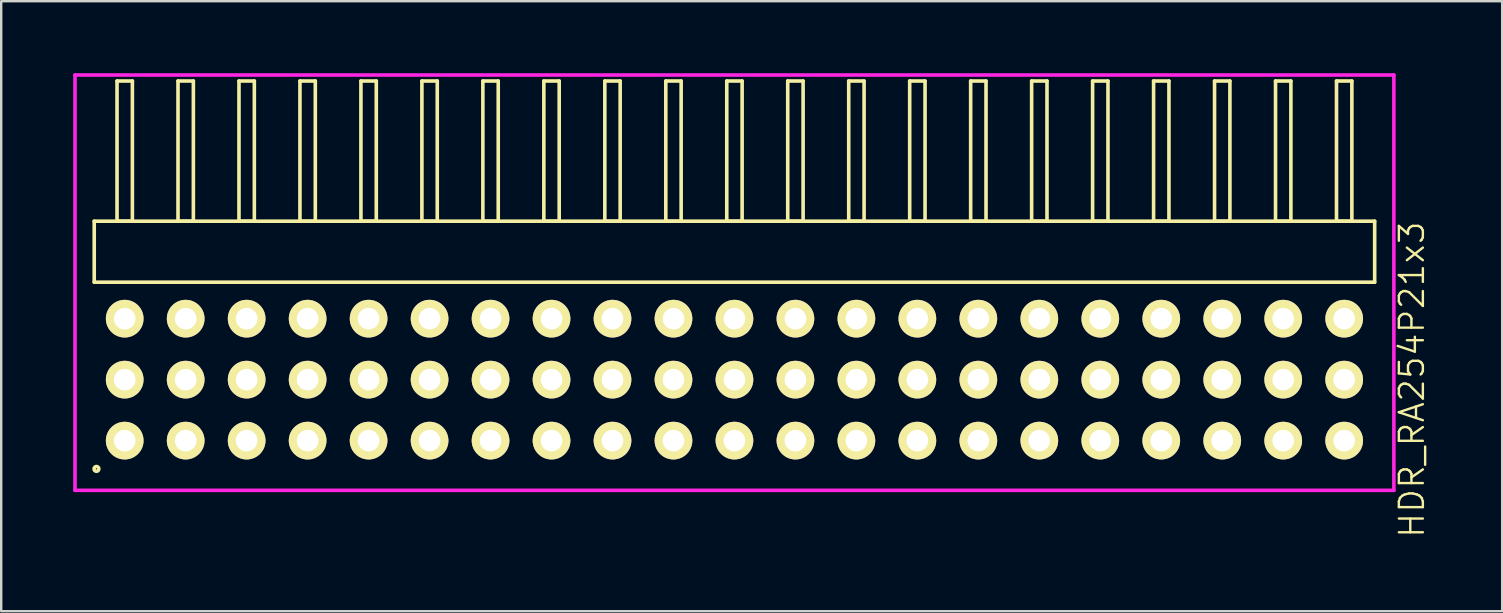
<source format=kicad_pcb>
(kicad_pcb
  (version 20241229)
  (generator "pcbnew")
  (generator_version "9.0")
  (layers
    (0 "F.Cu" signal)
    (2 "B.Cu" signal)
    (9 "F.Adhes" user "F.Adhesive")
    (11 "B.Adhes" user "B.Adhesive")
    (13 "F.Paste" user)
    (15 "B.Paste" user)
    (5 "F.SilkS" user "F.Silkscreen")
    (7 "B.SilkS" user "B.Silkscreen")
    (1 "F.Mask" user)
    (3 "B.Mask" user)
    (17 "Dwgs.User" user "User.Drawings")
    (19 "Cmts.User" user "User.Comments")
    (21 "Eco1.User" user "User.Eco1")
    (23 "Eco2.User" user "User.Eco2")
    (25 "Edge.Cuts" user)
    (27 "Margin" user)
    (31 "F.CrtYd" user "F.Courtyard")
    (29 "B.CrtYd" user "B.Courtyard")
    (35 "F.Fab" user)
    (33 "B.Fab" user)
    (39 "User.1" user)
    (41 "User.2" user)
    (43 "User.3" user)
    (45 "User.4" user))
  (footprint "HDR_RA254P21x3"
    (layer "F.Cu")
    (at 27.545 12.765)
    (property "Reference" "HDR_RA254P21x3" (at 28.22 0 90) (layer "F.SilkS") (effects (font (size 1 1) (thickness 0.1))))
    (attr through_hole)
    (fp_line (start -26.67 -6.6) (end -26.67 -4.06) (stroke (width 0.15) (type solid)) (layer "F.SilkS"))
    (fp_line (start -26.67 -4.06) (end 26.67 -4.06) (stroke (width 0.15) (type solid)) (layer "F.SilkS"))
    (fp_line (start -25.72 -12.44) (end -25.72 -6.6) (stroke (width 0.15) (type solid)) (layer "F.SilkS"))
    (fp_line (start -25.72 -6.6) (end -25.08 -6.6) (stroke (width 0.15) (type solid)) (layer "F.SilkS"))
    (fp_line (start -25.08 -12.44) (end -25.72 -12.44) (stroke (width 0.15) (type solid)) (layer "F.SilkS"))
    (fp_line (start -25.08 -6.6) (end -25.08 -12.44) (stroke (width 0.15) (type solid)) (layer "F.SilkS"))
    (fp_line (start -23.18 -12.44) (end -23.18 -6.6) (stroke (width 0.15) (type solid)) (layer "F.SilkS"))
    (fp_line (start -23.18 -6.6) (end -22.54 -6.6) (stroke (width 0.15) (type solid)) (layer "F.SilkS"))
    (fp_line (start -22.54 -12.44) (end -23.18 -12.44) (stroke (width 0.15) (type solid)) (layer "F.SilkS"))
    (fp_line (start -22.54 -6.6) (end -22.54 -12.44) (stroke (width 0.15) (type solid)) (layer "F.SilkS"))
    (fp_line (start -20.64 -12.44) (end -20.64 -6.6) (stroke (width 0.15) (type solid)) (layer "F.SilkS"))
    (fp_line (start -20.64 -6.6) (end -20 -6.6) (stroke (width 0.15) (type solid)) (layer "F.SilkS"))
    (fp_line (start -20 -12.44) (end -20.64 -12.44) (stroke (width 0.15) (type solid)) (layer "F.SilkS"))
    (fp_line (start -20 -6.6) (end -20 -12.44) (stroke (width 0.15) (type solid)) (layer "F.SilkS"))
    (fp_line (start -18.1 -12.44) (end -18.1 -6.6) (stroke (width 0.15) (type solid)) (layer "F.SilkS"))
    (fp_line (start -18.1 -6.6) (end -17.46 -6.6) (stroke (width 0.15) (type solid)) (layer "F.SilkS"))
    (fp_line (start -17.46 -12.44) (end -18.1 -12.44) (stroke (width 0.15) (type solid)) (layer "F.SilkS"))
    (fp_line (start -17.46 -6.6) (end -17.46 -12.44) (stroke (width 0.15) (type solid)) (layer "F.SilkS"))
    (fp_line (start -15.56 -12.44) (end -15.56 -6.6) (stroke (width 0.15) (type solid)) (layer "F.SilkS"))
    (fp_line (start -15.56 -6.6) (end -14.92 -6.6) (stroke (width 0.15) (type solid)) (layer "F.SilkS"))
    (fp_line (start -14.92 -12.44) (end -15.56 -12.44) (stroke (width 0.15) (type solid)) (layer "F.SilkS"))
    (fp_line (start -14.92 -6.6) (end -14.92 -12.44) (stroke (width 0.15) (type solid)) (layer "F.SilkS"))
    (fp_line (start -13.02 -12.44) (end -13.02 -6.6) (stroke (width 0.15) (type solid)) (layer "F.SilkS"))
    (fp_line (start -13.02 -6.6) (end -12.38 -6.6) (stroke (width 0.15) (type solid)) (layer "F.SilkS"))
    (fp_line (start -12.38 -12.44) (end -13.02 -12.44) (stroke (width 0.15) (type solid)) (layer "F.SilkS"))
    (fp_line (start -12.38 -6.6) (end -12.38 -12.44) (stroke (width 0.15) (type solid)) (layer "F.SilkS"))
    (fp_line (start -10.48 -12.44) (end -10.48 -6.6) (stroke (width 0.15) (type solid)) (layer "F.SilkS"))
    (fp_line (start -10.48 -6.6) (end -9.84 -6.6) (stroke (width 0.15) (type solid)) (layer "F.SilkS"))
    (fp_line (start -9.84 -12.44) (end -10.48 -12.44) (stroke (width 0.15) (type solid)) (layer "F.SilkS"))
    (fp_line (start -9.84 -6.6) (end -9.84 -12.44) (stroke (width 0.15) (type solid)) (layer "F.SilkS"))
    (fp_line (start -7.94 -12.44) (end -7.94 -6.6) (stroke (width 0.15) (type solid)) (layer "F.SilkS"))
    (fp_line (start -7.94 -6.6) (end -7.3 -6.6) (stroke (width 0.15) (type solid)) (layer "F.SilkS"))
    (fp_line (start -7.3 -12.44) (end -7.94 -12.44) (stroke (width 0.15) (type solid)) (layer "F.SilkS"))
    (fp_line (start -7.3 -6.6) (end -7.3 -12.44) (stroke (width 0.15) (type solid)) (layer "F.SilkS"))
    (fp_line (start -5.4 -12.44) (end -5.4 -6.6) (stroke (width 0.15) (type solid)) (layer "F.SilkS"))
    (fp_line (start -5.4 -6.6) (end -4.76 -6.6) (stroke (width 0.15) (type solid)) (layer "F.SilkS"))
    (fp_line (start -4.76 -12.44) (end -5.4 -12.44) (stroke (width 0.15) (type solid)) (layer "F.SilkS"))
    (fp_line (start -4.76 -6.6) (end -4.76 -12.44) (stroke (width 0.15) (type solid)) (layer "F.SilkS"))
    (fp_line (start -2.86 -12.44) (end -2.86 -6.6) (stroke (width 0.15) (type solid)) (layer "F.SilkS"))
    (fp_line (start -2.86 -6.6) (end -2.22 -6.6) (stroke (width 0.15) (type solid)) (layer "F.SilkS"))
    (fp_line (start -2.22 -12.44) (end -2.86 -12.44) (stroke (width 0.15) (type solid)) (layer "F.SilkS"))
    (fp_line (start -2.22 -6.6) (end -2.22 -12.44) (stroke (width 0.15) (type solid)) (layer "F.SilkS"))
    (fp_line (start -0.32 -12.44) (end -0.32 -6.6) (stroke (width 0.15) (type solid)) (layer "F.SilkS"))
    (fp_line (start -0.32 -6.6) (end 0.32 -6.6) (stroke (width 0.15) (type solid)) (layer "F.SilkS"))
    (fp_line (start 0.32 -12.44) (end -0.32 -12.44) (stroke (width 0.15) (type solid)) (layer "F.SilkS"))
    (fp_line (start 0.32 -6.6) (end 0.32 -12.44) (stroke (width 0.15) (type solid)) (layer "F.SilkS"))
    (fp_line (start 2.22 -12.44) (end 2.22 -6.6) (stroke (width 0.15) (type solid)) (layer "F.SilkS"))
    (fp_line (start 2.22 -6.6) (end 2.86 -6.6) (stroke (width 0.15) (type solid)) (layer "F.SilkS"))
    (fp_line (start 2.86 -12.44) (end 2.22 -12.44) (stroke (width 0.15) (type solid)) (layer "F.SilkS"))
    (fp_line (start 2.86 -6.6) (end 2.86 -12.44) (stroke (width 0.15) (type solid)) (layer "F.SilkS"))
    (fp_line (start 4.76 -12.44) (end 4.76 -6.6) (stroke (width 0.15) (type solid)) (layer "F.SilkS"))
    (fp_line (start 4.76 -6.6) (end 5.4 -6.6) (stroke (width 0.15) (type solid)) (layer "F.SilkS"))
    (fp_line (start 5.4 -12.44) (end 4.76 -12.44) (stroke (width 0.15) (type solid)) (layer "F.SilkS"))
    (fp_line (start 5.4 -6.6) (end 5.4 -12.44) (stroke (width 0.15) (type solid)) (layer "F.SilkS"))
    (fp_line (start 7.3 -12.44) (end 7.3 -6.6) (stroke (width 0.15) (type solid)) (layer "F.SilkS"))
    (fp_line (start 7.3 -6.6) (end 7.94 -6.6) (stroke (width 0.15) (type solid)) (layer "F.SilkS"))
    (fp_line (start 7.94 -12.44) (end 7.3 -12.44) (stroke (width 0.15) (type solid)) (layer "F.SilkS"))
    (fp_line (start 7.94 -6.6) (end 7.94 -12.44) (stroke (width 0.15) (type solid)) (layer "F.SilkS"))
    (fp_line (start 9.84 -12.44) (end 9.84 -6.6) (stroke (width 0.15) (type solid)) (layer "F.SilkS"))
    (fp_line (start 9.84 -6.6) (end 10.48 -6.6) (stroke (width 0.15) (type solid)) (layer "F.SilkS"))
    (fp_line (start 10.48 -12.44) (end 9.84 -12.44) (stroke (width 0.15) (type solid)) (layer "F.SilkS"))
    (fp_line (start 10.48 -6.6) (end 10.48 -12.44) (stroke (width 0.15) (type solid)) (layer "F.SilkS"))
    (fp_line (start 12.38 -12.44) (end 12.38 -6.6) (stroke (width 0.15) (type solid)) (layer "F.SilkS"))
    (fp_line (start 12.38 -6.6) (end 13.02 -6.6) (stroke (width 0.15) (type solid)) (layer "F.SilkS"))
    (fp_line (start 13.02 -12.44) (end 12.38 -12.44) (stroke (width 0.15) (type solid)) (layer "F.SilkS"))
    (fp_line (start 13.02 -6.6) (end 13.02 -12.44) (stroke (width 0.15) (type solid)) (layer "F.SilkS"))
    (fp_line (start 14.92 -12.44) (end 14.92 -6.6) (stroke (width 0.15) (type solid)) (layer "F.SilkS"))
    (fp_line (start 14.92 -6.6) (end 15.56 -6.6) (stroke (width 0.15) (type solid)) (layer "F.SilkS"))
    (fp_line (start 15.56 -12.44) (end 14.92 -12.44) (stroke (width 0.15) (type solid)) (layer "F.SilkS"))
    (fp_line (start 15.56 -6.6) (end 15.56 -12.44) (stroke (width 0.15) (type solid)) (layer "F.SilkS"))
    (fp_line (start 17.46 -12.44) (end 17.46 -6.6) (stroke (width 0.15) (type solid)) (layer "F.SilkS"))
    (fp_line (start 17.46 -6.6) (end 18.1 -6.6) (stroke (width 0.15) (type solid)) (layer "F.SilkS"))
    (fp_line (start 18.1 -12.44) (end 17.46 -12.44) (stroke (width 0.15) (type solid)) (layer "F.SilkS"))
    (fp_line (start 18.1 -6.6) (end 18.1 -12.44) (stroke (width 0.15) (type solid)) (layer "F.SilkS"))
    (fp_line (start 20 -12.44) (end 20 -6.6) (stroke (width 0.15) (type solid)) (layer "F.SilkS"))
    (fp_line (start 20 -6.6) (end 20.64 -6.6) (stroke (width 0.15) (type solid)) (layer "F.SilkS"))
    (fp_line (start 20.64 -12.44) (end 20 -12.44) (stroke (width 0.15) (type solid)) (layer "F.SilkS"))
    (fp_line (start 20.64 -6.6) (end 20.64 -12.44) (stroke (width 0.15) (type solid)) (layer "F.SilkS"))
    (fp_line (start 22.54 -12.44) (end 22.54 -6.6) (stroke (width 0.15) (type solid)) (layer "F.SilkS"))
    (fp_line (start 22.54 -6.6) (end 23.18 -6.6) (stroke (width 0.15) (type solid)) (layer "F.SilkS"))
    (fp_line (start 23.18 -12.44) (end 22.54 -12.44) (stroke (width 0.15) (type solid)) (layer "F.SilkS"))
    (fp_line (start 23.18 -6.6) (end 23.18 -12.44) (stroke (width 0.15) (type solid)) (layer "F.SilkS"))
    (fp_line (start 25.08 -12.44) (end 25.08 -6.6) (stroke (width 0.15) (type solid)) (layer "F.SilkS"))
    (fp_line (start 25.08 -6.6) (end 25.72 -6.6) (stroke (width 0.15) (type solid)) (layer "F.SilkS"))
    (fp_line (start 25.72 -12.44) (end 25.08 -12.44) (stroke (width 0.15) (type solid)) (layer "F.SilkS"))
    (fp_line (start 25.72 -6.6) (end 25.72 -12.44) (stroke (width 0.15) (type solid)) (layer "F.SilkS"))
    (fp_line (start 26.67 -6.6) (end -26.67 -6.6) (stroke (width 0.15) (type solid)) (layer "F.SilkS"))
    (fp_line (start 26.67 -4.06) (end 26.67 -6.6) (stroke (width 0.15) (type solid)) (layer "F.SilkS"))
    (fp_circle (center -26.577 3.718) (end -26.477 3.718) (stroke (width 0.15) (type solid)) (fill no) (layer "F.SilkS"))
    (fp_line (start -27.47 -12.69) (end -27.47 4.61) (stroke (width 0.15) (type solid)) (layer "F.CrtYd"))
    (fp_line (start -27.47 4.61) (end 27.47 4.61) (stroke (width 0.15) (type solid)) (layer "F.CrtYd"))
    (fp_line (start 27.47 -12.69) (end -27.47 -12.69) (stroke (width 0.15) (type solid)) (layer "F.CrtYd"))
    (fp_line (start 27.47 4.61) (end 27.47 -12.69) (stroke (width 0.15) (type solid)) (layer "F.CrtYd"))
    (pad "1" thru_hole oval (at -25.4 2.54) (size 1.57 1.57) (drill 0.9) (layers "*.Cu" "*.Mask" "F.SilkS"))
    (pad "2" thru_hole oval (at -25.4 0) (size 1.57 1.57) (drill 0.9) (layers "*.Cu" "*.Mask" "F.SilkS"))
    (pad "3" thru_hole oval (at -25.4 -2.54) (size 1.57 1.57) (drill 0.9) (layers "*.Cu" "*.Mask" "F.SilkS"))
    (pad "4" thru_hole oval (at -22.86 2.54) (size 1.57 1.57) (drill 0.9) (layers "*.Cu" "*.Mask" "F.SilkS"))
    (pad "5" thru_hole oval (at -22.86 0) (size 1.57 1.57) (drill 0.9) (layers "*.Cu" "*.Mask" "F.SilkS"))
    (pad "6" thru_hole oval (at -22.86 -2.54) (size 1.57 1.57) (drill 0.9) (layers "*.Cu" "*.Mask" "F.SilkS"))
    (pad "7" thru_hole oval (at -20.32 2.54) (size 1.57 1.57) (drill 0.9) (layers "*.Cu" "*.Mask" "F.SilkS"))
    (pad "8" thru_hole oval (at -20.32 0) (size 1.57 1.57) (drill 0.9) (layers "*.Cu" "*.Mask" "F.SilkS"))
    (pad "9" thru_hole oval (at -20.32 -2.54) (size 1.57 1.57) (drill 0.9) (layers "*.Cu" "*.Mask" "F.SilkS"))
    (pad "10" thru_hole oval (at -17.78 2.54) (size 1.57 1.57) (drill 0.9) (layers "*.Cu" "*.Mask" "F.SilkS"))
    (pad "11" thru_hole oval (at -17.78 0) (size 1.57 1.57) (drill 0.9) (layers "*.Cu" "*.Mask" "F.SilkS"))
    (pad "12" thru_hole oval (at -17.78 -2.54) (size 1.57 1.57) (drill 0.9) (layers "*.Cu" "*.Mask" "F.SilkS"))
    (pad "13" thru_hole oval (at -15.24 2.54) (size 1.57 1.57) (drill 0.9) (layers "*.Cu" "*.Mask" "F.SilkS"))
    (pad "14" thru_hole oval (at -15.24 0) (size 1.57 1.57) (drill 0.9) (layers "*.Cu" "*.Mask" "F.SilkS"))
    (pad "15" thru_hole oval (at -15.24 -2.54) (size 1.57 1.57) (drill 0.9) (layers "*.Cu" "*.Mask" "F.SilkS"))
    (pad "16" thru_hole oval (at -12.7 2.54) (size 1.57 1.57) (drill 0.9) (layers "*.Cu" "*.Mask" "F.SilkS"))
    (pad "17" thru_hole oval (at -12.7 0) (size 1.57 1.57) (drill 0.9) (layers "*.Cu" "*.Mask" "F.SilkS"))
    (pad "18" thru_hole oval (at -12.7 -2.54) (size 1.57 1.57) (drill 0.9) (layers "*.Cu" "*.Mask" "F.SilkS"))
    (pad "19" thru_hole oval (at -10.16 2.54) (size 1.57 1.57) (drill 0.9) (layers "*.Cu" "*.Mask" "F.SilkS"))
    (pad "20" thru_hole oval (at -10.16 0) (size 1.57 1.57) (drill 0.9) (layers "*.Cu" "*.Mask" "F.SilkS"))
    (pad "21" thru_hole oval (at -10.16 -2.54) (size 1.57 1.57) (drill 0.9) (layers "*.Cu" "*.Mask" "F.SilkS"))
    (pad "22" thru_hole oval (at -7.62 2.54) (size 1.57 1.57) (drill 0.9) (layers "*.Cu" "*.Mask" "F.SilkS"))
    (pad "23" thru_hole oval (at -7.62 0) (size 1.57 1.57) (drill 0.9) (layers "*.Cu" "*.Mask" "F.SilkS"))
    (pad "24" thru_hole oval (at -7.62 -2.54) (size 1.57 1.57) (drill 0.9) (layers "*.Cu" "*.Mask" "F.SilkS"))
    (pad "25" thru_hole oval (at -5.08 2.54) (size 1.57 1.57) (drill 0.9) (layers "*.Cu" "*.Mask" "F.SilkS"))
    (pad "26" thru_hole oval (at -5.08 0) (size 1.57 1.57) (drill 0.9) (layers "*.Cu" "*.Mask" "F.SilkS"))
    (pad "27" thru_hole oval (at -5.08 -2.54) (size 1.57 1.57) (drill 0.9) (layers "*.Cu" "*.Mask" "F.SilkS"))
    (pad "28" thru_hole oval (at -2.54 2.54) (size 1.57 1.57) (drill 0.9) (layers "*.Cu" "*.Mask" "F.SilkS"))
    (pad "29" thru_hole oval (at -2.54 0) (size 1.57 1.57) (drill 0.9) (layers "*.Cu" "*.Mask" "F.SilkS"))
    (pad "30" thru_hole oval (at -2.54 -2.54) (size 1.57 1.57) (drill 0.9) (layers "*.Cu" "*.Mask" "F.SilkS"))
    (pad "31" thru_hole oval (at 0 2.54) (size 1.57 1.57) (drill 0.9) (layers "*.Cu" "*.Mask" "F.SilkS"))
    (pad "32" thru_hole oval (at 0 0) (size 1.57 1.57) (drill 0.9) (layers "*.Cu" "*.Mask" "F.SilkS"))
    (pad "33" thru_hole oval (at 0 -2.54) (size 1.57 1.57) (drill 0.9) (layers "*.Cu" "*.Mask" "F.SilkS"))
    (pad "34" thru_hole oval (at 2.54 2.54) (size 1.57 1.57) (drill 0.9) (layers "*.Cu" "*.Mask" "F.SilkS"))
    (pad "35" thru_hole oval (at 2.54 0) (size 1.57 1.57) (drill 0.9) (layers "*.Cu" "*.Mask" "F.SilkS"))
    (pad "36" thru_hole oval (at 2.54 -2.54) (size 1.57 1.57) (drill 0.9) (layers "*.Cu" "*.Mask" "F.SilkS"))
    (pad "37" thru_hole oval (at 5.08 2.54) (size 1.57 1.57) (drill 0.9) (layers "*.Cu" "*.Mask" "F.SilkS"))
    (pad "38" thru_hole oval (at 5.08 0) (size 1.57 1.57) (drill 0.9) (layers "*.Cu" "*.Mask" "F.SilkS"))
    (pad "39" thru_hole oval (at 5.08 -2.54) (size 1.57 1.57) (drill 0.9) (layers "*.Cu" "*.Mask" "F.SilkS"))
    (pad "40" thru_hole oval (at 7.62 2.54) (size 1.57 1.57) (drill 0.9) (layers "*.Cu" "*.Mask" "F.SilkS"))
    (pad "41" thru_hole oval (at 7.62 0) (size 1.57 1.57) (drill 0.9) (layers "*.Cu" "*.Mask" "F.SilkS"))
    (pad "42" thru_hole oval (at 7.62 -2.54) (size 1.57 1.57) (drill 0.9) (layers "*.Cu" "*.Mask" "F.SilkS"))
    (pad "43" thru_hole oval (at 10.16 2.54) (size 1.57 1.57) (drill 0.9) (layers "*.Cu" "*.Mask" "F.SilkS"))
    (pad "44" thru_hole oval (at 10.16 0) (size 1.57 1.57) (drill 0.9) (layers "*.Cu" "*.Mask" "F.SilkS"))
    (pad "45" thru_hole oval (at 10.16 -2.54) (size 1.57 1.57) (drill 0.9) (layers "*.Cu" "*.Mask" "F.SilkS"))
    (pad "46" thru_hole oval (at 12.7 2.54) (size 1.57 1.57) (drill 0.9) (layers "*.Cu" "*.Mask" "F.SilkS"))
    (pad "47" thru_hole oval (at 12.7 0) (size 1.57 1.57) (drill 0.9) (layers "*.Cu" "*.Mask" "F.SilkS"))
    (pad "48" thru_hole oval (at 12.7 -2.54) (size 1.57 1.57) (drill 0.9) (layers "*.Cu" "*.Mask" "F.SilkS"))
    (pad "49" thru_hole oval (at 15.24 2.54) (size 1.57 1.57) (drill 0.9) (layers "*.Cu" "*.Mask" "F.SilkS"))
    (pad "50" thru_hole oval (at 15.24 0) (size 1.57 1.57) (drill 0.9) (layers "*.Cu" "*.Mask" "F.SilkS"))
    (pad "51" thru_hole oval (at 15.24 -2.54) (size 1.57 1.57) (drill 0.9) (layers "*.Cu" "*.Mask" "F.SilkS"))
    (pad "52" thru_hole oval (at 17.78 2.54) (size 1.57 1.57) (drill 0.9) (layers "*.Cu" "*.Mask" "F.SilkS"))
    (pad "53" thru_hole oval (at 17.78 0) (size 1.57 1.57) (drill 0.9) (layers "*.Cu" "*.Mask" "F.SilkS"))
    (pad "54" thru_hole oval (at 17.78 -2.54) (size 1.57 1.57) (drill 0.9) (layers "*.Cu" "*.Mask" "F.SilkS"))
    (pad "55" thru_hole oval (at 20.32 2.54) (size 1.57 1.57) (drill 0.9) (layers "*.Cu" "*.Mask" "F.SilkS"))
    (pad "56" thru_hole oval (at 20.32 0) (size 1.57 1.57) (drill 0.9) (layers "*.Cu" "*.Mask" "F.SilkS"))
    (pad "57" thru_hole oval (at 20.32 -2.54) (size 1.57 1.57) (drill 0.9) (layers "*.Cu" "*.Mask" "F.SilkS"))
    (pad "58" thru_hole oval (at 22.86 2.54) (size 1.57 1.57) (drill 0.9) (layers "*.Cu" "*.Mask" "F.SilkS"))
    (pad "59" thru_hole oval (at 22.86 0) (size 1.57 1.57) (drill 0.9) (layers "*.Cu" "*.Mask" "F.SilkS"))
    (pad "60" thru_hole oval (at 22.86 -2.54) (size 1.57 1.57) (drill 0.9) (layers "*.Cu" "*.Mask" "F.SilkS"))
    (pad "61" thru_hole oval (at 25.4 2.54) (size 1.57 1.57) (drill 0.9) (layers "*.Cu" "*.Mask" "F.SilkS"))
    (pad "62" thru_hole oval (at 25.4 0) (size 1.57 1.57) (drill 0.9) (layers "*.Cu" "*.Mask" "F.SilkS"))
    (pad "63" thru_hole oval (at 25.4 -2.54) (size 1.57 1.57) (drill 0.9) (layers "*.Cu" "*.Mask" "F.SilkS")))
  (gr_rect
    (start -3 -3)
    (end 59.526 22.41)
    (stroke (width 0.1) (type default))
    (fill no)
    (layer "Edge.Cuts")))
</source>
